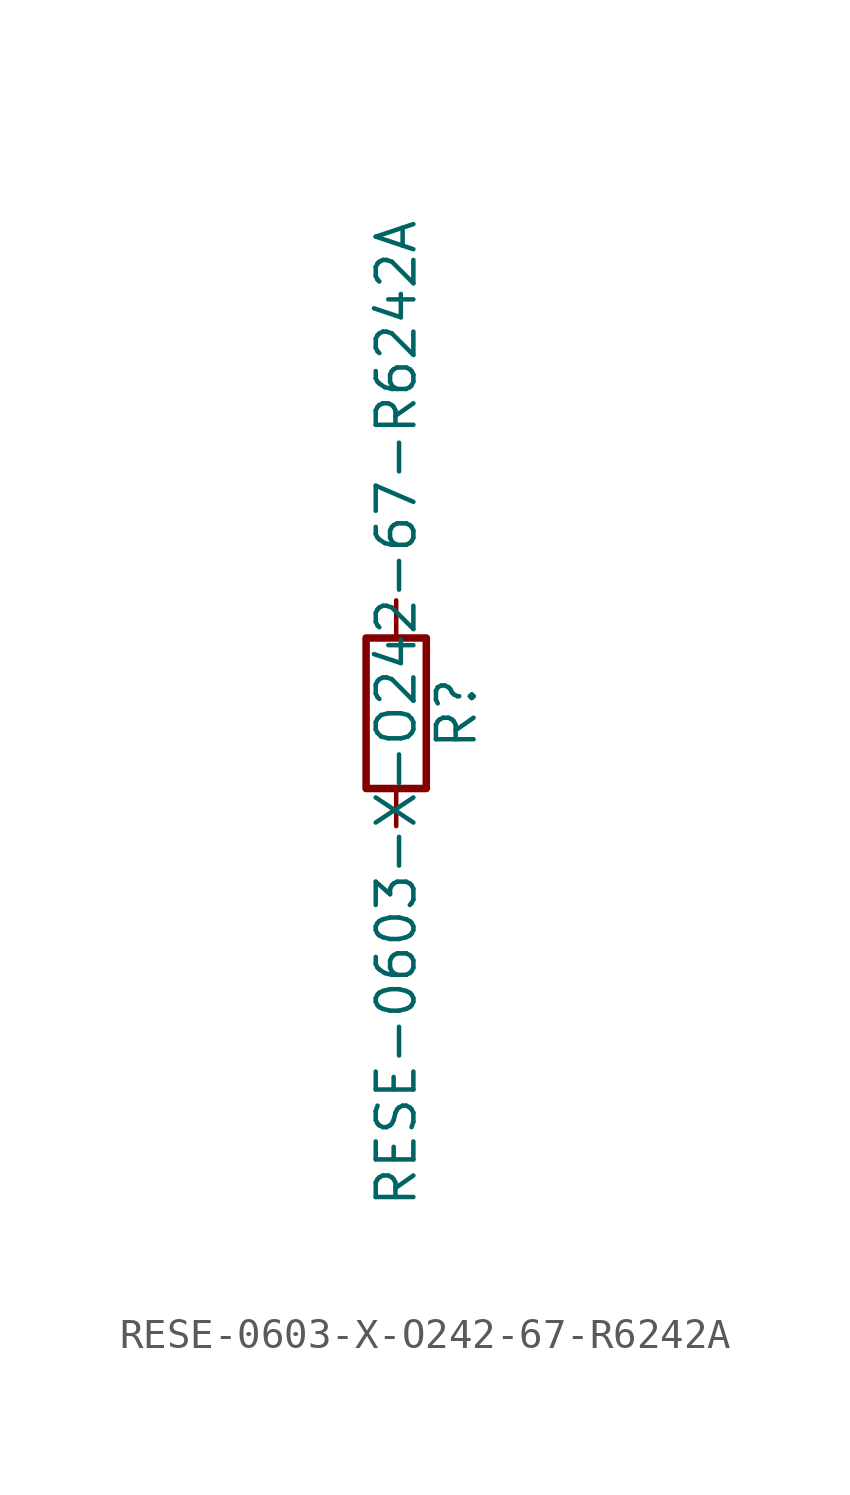
<source format=kicad_sym>
(kicad_symbol_lib
  (version 20211014)
  (generator kicad_symbol_editor)
  (symbol "RESE-0603-X-O242-67-R6242A"
    (pin_numbers hide)
    (pin_names
      (offset 0))
    (property "Reference" "R"
      (at 2.032 0 90)
      (effects (font (size 1.27 1.27))))
    (property "Value" "RESE-0603-X-O242-67-R6242A"
      (at 0 0 90)
      (effects (font (size 1.27 1.27))))
    (symbol "RESE-0603-X-O242-67-R6242A_0_1"
      (rectangle (start -1.016 -2.54) (end 1.016 2.54) (stroke (width 0.254) (type default) (color 0 0 0 0)) (fill (type none))))
    (symbol "RESE-0603-X-O242-67-R6242A_1_1"
      (pin passive line (at 0 3.81 270) (length 1.27) (name "~" (effects (font (size 1.27 1.27)))) (number "1" (effects (font (size 1.27 1.27)))))
      (pin passive line (at 0 -3.81 90) (length 1.27) (name "~" (effects (font (size 1.27 1.27)))) (number "2" (effects (font (size 1.27 1.27))))))))
</source>
